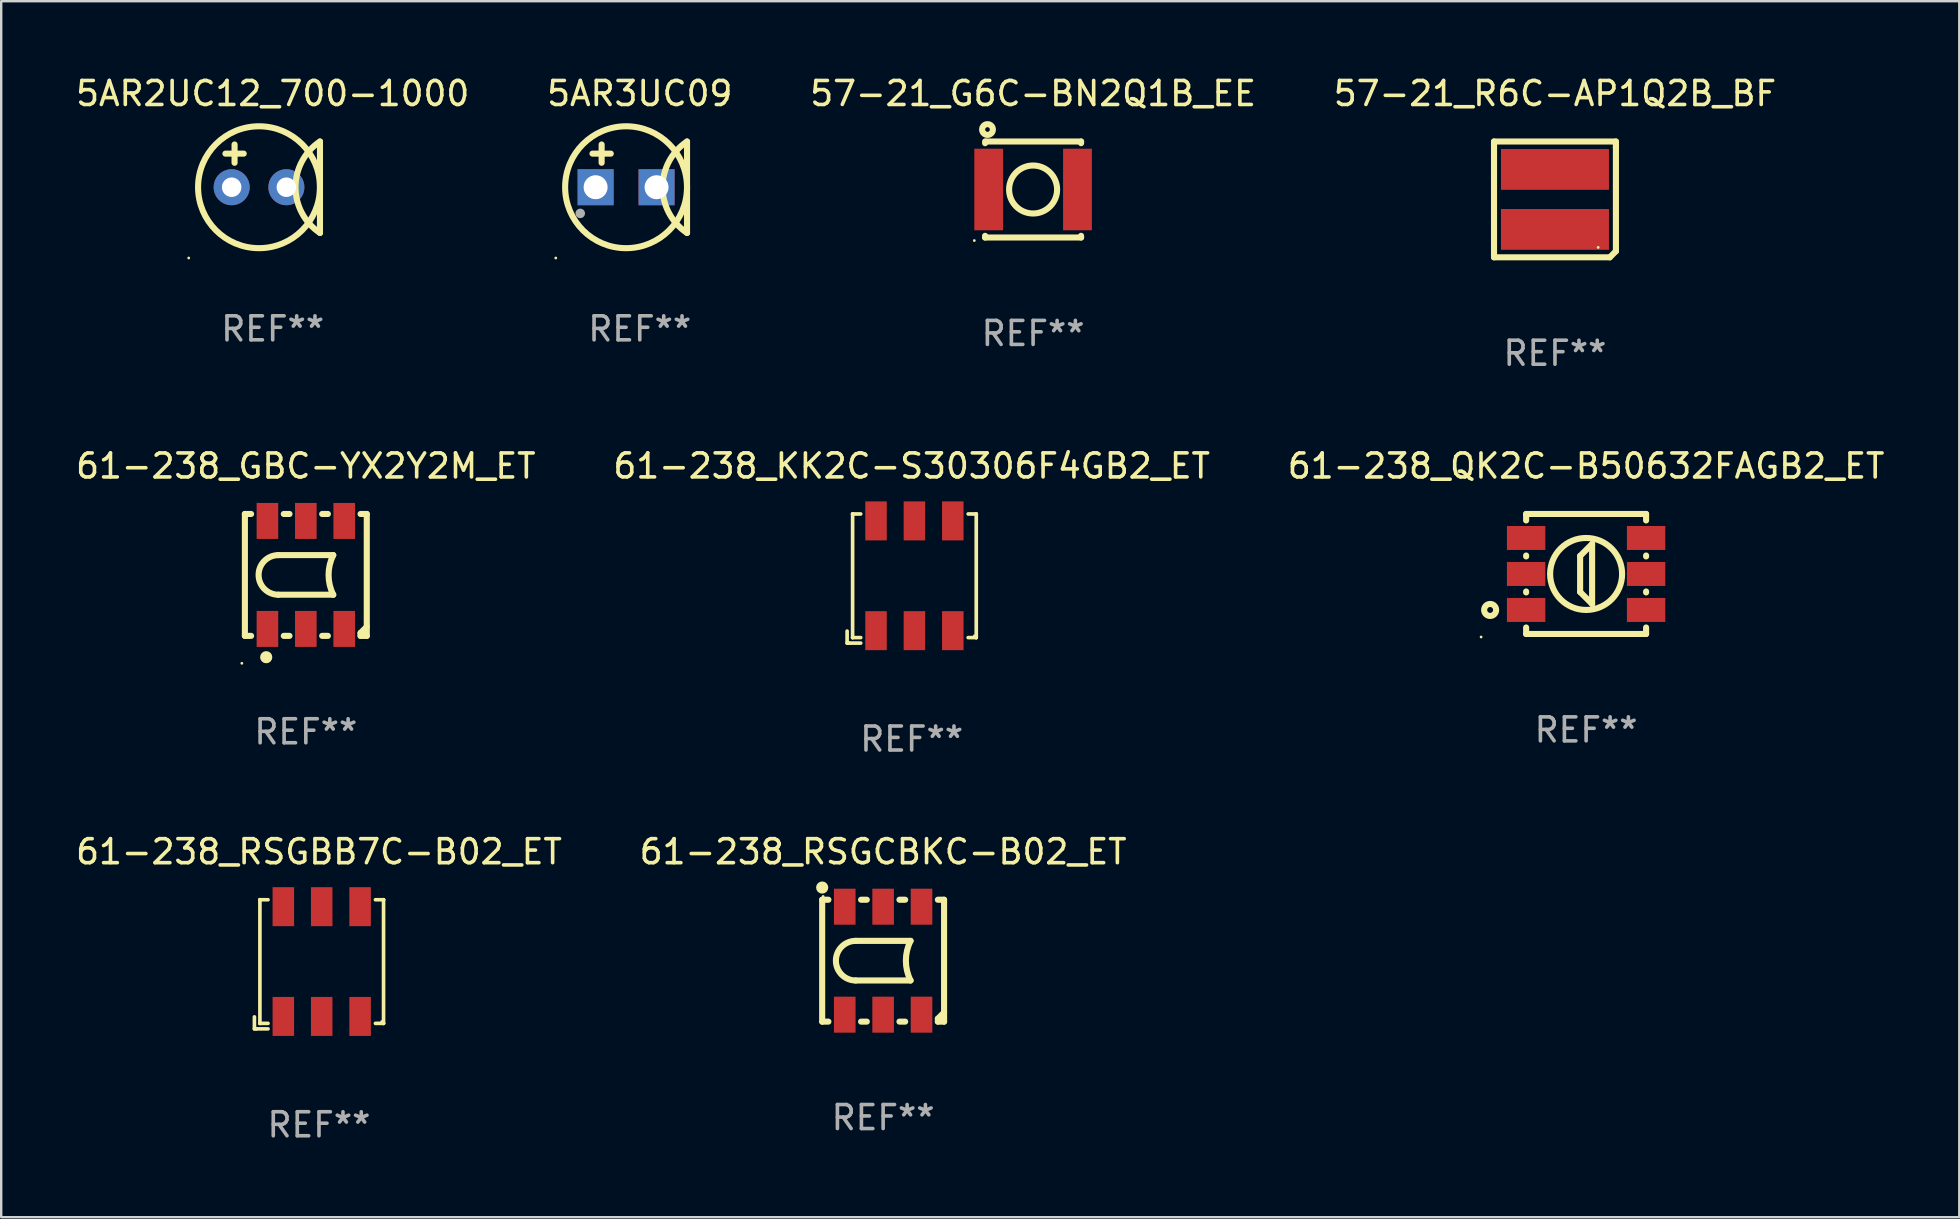
<source format=kicad_pcb>
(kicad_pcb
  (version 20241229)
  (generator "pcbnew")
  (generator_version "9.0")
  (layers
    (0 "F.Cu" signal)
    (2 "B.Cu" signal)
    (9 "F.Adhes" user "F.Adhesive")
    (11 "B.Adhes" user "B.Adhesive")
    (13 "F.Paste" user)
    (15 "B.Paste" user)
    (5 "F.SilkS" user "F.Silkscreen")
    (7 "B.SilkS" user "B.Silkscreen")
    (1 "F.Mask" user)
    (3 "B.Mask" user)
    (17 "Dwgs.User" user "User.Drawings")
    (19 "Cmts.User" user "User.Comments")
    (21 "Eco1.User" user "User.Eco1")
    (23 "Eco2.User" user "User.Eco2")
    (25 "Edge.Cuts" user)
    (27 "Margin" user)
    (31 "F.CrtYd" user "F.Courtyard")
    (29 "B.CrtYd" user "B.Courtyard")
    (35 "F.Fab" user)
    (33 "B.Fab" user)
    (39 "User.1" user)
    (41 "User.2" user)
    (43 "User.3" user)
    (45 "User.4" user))
  (footprint "5AR2UC12_700-1000"
    (layer "F.Cu")
    (at 8.315 4.753)
    (property "Reference" "5AR2UC12_700-1000" (at 0 -3.905 0) (layer "F.SilkS") (effects (font (size 1 1) (thickness 0.15))))
    (attr through_hole)
    (fp_line (start -1.97 -1.4) (end -1.208 -1.4) (stroke (width 0.254) (type solid)) (layer "F.SilkS"))
    (fp_line (start -1.589 -1.019) (end -1.589 -1.781) (stroke (width 0.254) (type solid)) (layer "F.SilkS"))
    (fp_line (start 1.97 1.905) (end 1.97 -1.905) (stroke (width 0.254) (type solid)) (layer "F.SilkS"))
    (fp_arc (start 1.970023 1.905) (mid 0.950501 0) (end 1.970023 -1.905) (stroke (width 0.254001) (type solid)) (layer "F.SilkS"))
    (fp_circle (center -3.5 2.95) (end -3.47 2.95) (stroke (width 0.06) (type solid)) (fill no) (layer "F.SilkS"))
    (fp_circle (center -0.57 0) (end 1.97 0) (stroke (width 0.254) (type solid)) (fill no) (layer "F.SilkS"))
    (fp_text user "REF**" (at 0 5.905 0) (layer "F.Fab") (effects (font (size 1 1) (thickness 0.15))))
    (pad "1" thru_hole circle (at -1.71 0) (size 1.5 1.5) (drill 0.813) (layers "*.Cu" "*.Mask"))
    (pad "2" thru_hole circle (at 0.57 0) (size 1.5 1.5) (drill 0.813) (layers "*.Cu" "*.Mask")))
  (footprint "61-238_KK2C-S30306F4GB2_ET"
    (layer "F.Cu")
    (at 34.946 21.061)
    (property "Reference" "61-238_KK2C-S30306F4GB2_ET" (at 0 -4.691 0) (layer "F.SilkS") (effects (font (size 1 1) (thickness 0.15))))
    (attr through_hole)
    (fp_line (start -2.691 2.691) (end -2.691 2.191) (stroke (width 0.152) (type solid)) (layer "F.SilkS"))
    (fp_line (start -2.614 2.691) (end -2.691 2.691) (stroke (width 0.152) (type solid)) (layer "F.SilkS"))
    (fp_line (start -2.462 -2.691) (end -2.462 -2.691) (stroke (width 0.152) (type solid)) (layer "F.SilkS"))
    (fp_line (start -2.462 -2.691) (end -2.124 -2.691) (stroke (width 0.152) (type solid)) (layer "F.SilkS"))
    (fp_line (start -2.462 2.462) (end -2.462 -2.691) (stroke (width 0.152) (type solid)) (layer "F.SilkS"))
    (fp_line (start -2.462 2.462) (end -2.462 2.462) (stroke (width 0.152) (type solid)) (layer "F.SilkS"))
    (fp_line (start -2.124 2.462) (end -2.462 2.462) (stroke (width 0.152) (type solid)) (layer "F.SilkS"))
    (fp_line (start -2.124 2.691) (end -2.614 2.691) (stroke (width 0.152) (type solid)) (layer "F.SilkS"))
    (fp_line (start 2.353 2.462) (end 2.691 2.462) (stroke (width 0.152) (type solid)) (layer "F.SilkS"))
    (fp_line (start 2.691 -2.691) (end 2.353 -2.691) (stroke (width 0.152) (type solid)) (layer "F.SilkS"))
    (fp_line (start 2.691 -2.691) (end 2.691 -2.691) (stroke (width 0.152) (type solid)) (layer "F.SilkS"))
    (fp_line (start 2.691 2.462) (end 2.691 -2.691) (stroke (width 0.152) (type solid)) (layer "F.SilkS"))
    (fp_line (start 2.691 2.462) (end 2.691 2.462) (stroke (width 0.152) (type solid)) (layer "F.SilkS"))
    (fp_circle (center 2.614 2.386) (end 2.644 2.386) (stroke (width 0.06) (type solid)) (fill no) (layer "F.SilkS"))
    (fp_text user "REF**" (at 0 6.691 0) (layer "F.Fab") (effects (font (size 1 1) (thickness 0.15))))
    (pad "1" smd rect (at 1.714 2.173) (size 0.896 1.625) (layers "F.Cu" "F.Mask" "F.Paste"))
    (pad "2" smd rect (at 0.114 2.173) (size 0.896 1.625) (layers "F.Cu" "F.Mask" "F.Paste"))
    (pad "3" smd rect (at -1.486 2.173) (size 0.896 1.625) (layers "F.Cu" "F.Mask" "F.Paste"))
    (pad "4" smd rect (at 1.714 -2.402) (size 0.896 1.625) (layers "F.Cu" "F.Mask" "F.Paste"))
    (pad "5" smd rect (at 0.114 -2.402) (size 0.896 1.625) (layers "F.Cu" "F.Mask" "F.Paste"))
    (pad "6" smd rect (at -1.486 -2.402) (size 0.896 1.625) (layers "F.Cu" "F.Mask" "F.Paste")))
  (footprint "61-238_RSGBB7C-B02_ET"
    (layer "F.Cu")
    (at 10.244 37.139)
    (property "Reference" "61-238_RSGBB7C-B02_ET" (at 0 -4.691 0) (layer "F.SilkS") (effects (font (size 1 1) (thickness 0.15))))
    (attr through_hole)
    (fp_line (start -2.691 2.691) (end -2.691 2.191) (stroke (width 0.152) (type solid)) (layer "F.SilkS"))
    (fp_line (start -2.614 2.691) (end -2.691 2.691) (stroke (width 0.152) (type solid)) (layer "F.SilkS"))
    (fp_line (start -2.462 -2.691) (end -2.462 -2.691) (stroke (width 0.152) (type solid)) (layer "F.SilkS"))
    (fp_line (start -2.462 -2.691) (end -2.124 -2.691) (stroke (width 0.152) (type solid)) (layer "F.SilkS"))
    (fp_line (start -2.462 2.462) (end -2.462 -2.691) (stroke (width 0.152) (type solid)) (layer "F.SilkS"))
    (fp_line (start -2.462 2.462) (end -2.462 2.462) (stroke (width 0.152) (type solid)) (layer "F.SilkS"))
    (fp_line (start -2.124 2.462) (end -2.462 2.462) (stroke (width 0.152) (type solid)) (layer "F.SilkS"))
    (fp_line (start -2.124 2.691) (end -2.614 2.691) (stroke (width 0.152) (type solid)) (layer "F.SilkS"))
    (fp_line (start 2.353 2.462) (end 2.691 2.462) (stroke (width 0.152) (type solid)) (layer "F.SilkS"))
    (fp_line (start 2.691 -2.691) (end 2.353 -2.691) (stroke (width 0.152) (type solid)) (layer "F.SilkS"))
    (fp_line (start 2.691 -2.691) (end 2.691 -2.691) (stroke (width 0.152) (type solid)) (layer "F.SilkS"))
    (fp_line (start 2.691 2.462) (end 2.691 -2.691) (stroke (width 0.152) (type solid)) (layer "F.SilkS"))
    (fp_line (start 2.691 2.462) (end 2.691 2.462) (stroke (width 0.152) (type solid)) (layer "F.SilkS"))
    (fp_circle (center 2.614 2.386) (end 2.644 2.386) (stroke (width 0.06) (type solid)) (fill no) (layer "F.SilkS"))
    (fp_text user "REF**" (at 0 6.691 0) (layer "F.Fab") (effects (font (size 1 1) (thickness 0.15))))
    (pad "1" smd rect (at 1.714 2.173) (size 0.896 1.625) (layers "F.Cu" "F.Mask" "F.Paste"))
    (pad "2" smd rect (at 0.114 2.173) (size 0.896 1.625) (layers "F.Cu" "F.Mask" "F.Paste"))
    (pad "3" smd rect (at -1.486 2.173) (size 0.896 1.625) (layers "F.Cu" "F.Mask" "F.Paste"))
    (pad "4" smd rect (at 1.714 -2.402) (size 0.896 1.625) (layers "F.Cu" "F.Mask" "F.Paste"))
    (pad "5" smd rect (at 0.114 -2.402) (size 0.896 1.625) (layers "F.Cu" "F.Mask" "F.Paste"))
    (pad "6" smd rect (at -1.486 -2.402) (size 0.896 1.625) (layers "F.Cu" "F.Mask" "F.Paste")))
  (footprint "61-238_QK2C-B50632FAGB2_ET"
    (layer "F.Cu")
    (at 63.054 20.871)
    (property "Reference" "61-238_QK2C-B50632FAGB2_ET" (at 0 -4.5 0) (layer "F.SilkS") (effects (font (size 1 1) (thickness 0.15))))
    (attr through_hole)
    (fp_line (start -2.5 -2.5) (end -2.5 -2.231) (stroke (width 0.254) (type solid)) (layer "F.SilkS"))
    (fp_line (start -2.5 -2.5) (end 2.5 -2.5) (stroke (width 0.254) (type solid)) (layer "F.SilkS"))
    (fp_line (start -2.5 -0.769) (end -2.5 -0.731) (stroke (width 0.254) (type solid)) (layer "F.SilkS"))
    (fp_line (start -2.5 0.731) (end -2.5 0.769) (stroke (width 0.254) (type solid)) (layer "F.SilkS"))
    (fp_line (start -2.5 2.231) (end -2.5 2.5) (stroke (width 0.254) (type solid)) (layer "F.SilkS"))
    (fp_line (start -0.25 -0.75) (end -0.25 0.75) (stroke (width 0.254) (type solid)) (layer "F.SilkS"))
    (fp_line (start -0.25 0.75) (end 0.25 1.25) (stroke (width 0.254) (type solid)) (layer "F.SilkS"))
    (fp_line (start 0.25 -1.25) (end -0.25 -0.75) (stroke (width 0.254) (type solid)) (layer "F.SilkS"))
    (fp_line (start 0.25 1.25) (end 0.25 -1.25) (stroke (width 0.254) (type solid)) (layer "F.SilkS"))
    (fp_line (start 2.5 -2.231) (end 2.5 -2.5) (stroke (width 0.254) (type solid)) (layer "F.SilkS"))
    (fp_line (start 2.5 -0.731) (end 2.5 -0.769) (stroke (width 0.254) (type solid)) (layer "F.SilkS"))
    (fp_line (start 2.5 0.769) (end 2.5 0.731) (stroke (width 0.254) (type solid)) (layer "F.SilkS"))
    (fp_line (start 2.5 2.5) (end -2.5 2.5) (stroke (width 0.254) (type solid)) (layer "F.SilkS"))
    (fp_line (start 2.5 2.5) (end 2.5 2.231) (stroke (width 0.254) (type solid)) (layer "F.SilkS"))
    (fp_circle (center -4.377 2.627) (end -4.347 2.627) (stroke (width 0.06) (type solid)) (fill no) (layer "F.SilkS"))
    (fp_circle (center -4 1.5) (end -3.75 1.5) (stroke (width 0.254) (type solid)) (fill no) (layer "F.SilkS"))
    (fp_circle (center -0.000127 -0.000127) (end 1.5 -0.000127) (stroke (width 0.254) (type solid)) (fill no) (layer "F.SilkS"))
    (fp_text user "REF**" (at 0 6.5 0) (layer "F.Fab") (effects (font (size 1 1) (thickness 0.15))))
    (pad "1" smd rect (at -2.5 1.5) (size 1.6 1) (layers "F.Cu" "F.Mask" "F.Paste"))
    (pad "2" smd rect (at -2.5 -0.000127) (size 1.6 1) (layers "F.Cu" "F.Mask" "F.Paste"))
    (pad "3" smd rect (at -2.5 -1.5) (size 1.6 1) (layers "F.Cu" "F.Mask" "F.Paste"))
    (pad "4" smd rect (at 2.5 1.5) (size 1.6 1) (layers "F.Cu" "F.Mask" "F.Paste"))
    (pad "5" smd rect (at 2.5 -0.000127) (size 1.6 1) (layers "F.Cu" "F.Mask" "F.Paste"))
    (pad "6" smd rect (at 2.5 -1.5) (size 1.6 1) (layers "F.Cu" "F.Mask" "F.Paste")))
  (footprint "57-21_G6C-BN2Q1B_EE"
    (layer "F.Cu")
    (at 40.006 4.848)
    (property "Reference" "57-21_G6C-BN2Q1B_EE" (at 0 -4 0) (layer "F.SilkS") (effects (font (size 1 1) (thickness 0.15))))
    (attr through_hole)
    (fp_line (start -2 -2) (end -2 -1.931) (stroke (width 0.254) (type solid)) (layer "F.SilkS"))
    (fp_line (start -2 1.931) (end -2 2) (stroke (width 0.254) (type solid)) (layer "F.SilkS"))
    (fp_line (start 2 -2) (end -1.961 -2) (stroke (width 0.254) (type solid)) (layer "F.SilkS"))
    (fp_line (start 2 -2) (end 2 -1.931) (stroke (width 0.254) (type solid)) (layer "F.SilkS"))
    (fp_line (start 2 1.931) (end 2 2) (stroke (width 0.254) (type solid)) (layer "F.SilkS"))
    (fp_line (start 2 2) (end -2 2) (stroke (width 0.254) (type solid)) (layer "F.SilkS"))
    (fp_circle (center -2.45 2.127) (end -2.42 2.127) (stroke (width 0.06) (type solid)) (fill no) (layer "F.SilkS"))
    (fp_circle (center -1.9 -2.5) (end -1.676 -2.5) (stroke (width 0.254) (type solid)) (fill no) (layer "F.SilkS"))
    (fp_circle (center 0 0) (end 1 0) (stroke (width 0.254) (type solid)) (fill no) (layer "F.SilkS"))
    (fp_text user "REF**" (at 0 6 0) (layer "F.Fab") (effects (font (size 1 1) (thickness 0.15))))
    (pad "1" smd rect (at -1.85 0 90) (size 3.4 1.2) (layers "F.Cu" "F.Mask" "F.Paste"))
    (pad "2" smd rect (at 1.85 0 90) (size 3.4 1.2) (layers "F.Cu" "F.Mask" "F.Paste")))
  (footprint "61-238_RSGCBKC-B02_ET"
    (layer "F.Cu")
    (at 33.756 36.988)
    (property "Reference" "61-238_RSGCBKC-B02_ET" (at 0 -4.54 0) (layer "F.SilkS") (effects (font (size 1 1) (thickness 0.15))))
    (attr through_hole)
    (fp_line (start -2.54 -2.54) (end -2.281 -2.54) (stroke (width 0.254) (type solid)) (layer "F.SilkS"))
    (fp_line (start -2.54 2.54) (end -2.54 -2.54) (stroke (width 0.254) (type solid)) (layer "F.SilkS"))
    (fp_line (start -2.281 2.54) (end -2.54 2.54) (stroke (width 0.254) (type solid)) (layer "F.SilkS"))
    (fp_line (start -1.143 -0.826) (end 1.143 -0.826) (stroke (width 0.254) (type solid)) (layer "F.SilkS"))
    (fp_line (start -1.143 0.825) (end 1.143 0.825) (stroke (width 0.254) (type solid)) (layer "F.SilkS"))
    (fp_line (start -0.919 -2.54) (end -0.681 -2.54) (stroke (width 0.254) (type solid)) (layer "F.SilkS"))
    (fp_line (start -0.681 2.54) (end -0.919 2.54) (stroke (width 0.254) (type solid)) (layer "F.SilkS"))
    (fp_line (start 0.681 -2.54) (end 0.919 -2.54) (stroke (width 0.254) (type solid)) (layer "F.SilkS"))
    (fp_line (start 0.919 2.54) (end 0.681 2.54) (stroke (width 0.254) (type solid)) (layer "F.SilkS"))
    (fp_line (start 2.281 -2.54) (end 2.54 -2.54) (stroke (width 0.254) (type solid)) (layer "F.SilkS"))
    (fp_line (start 2.281 2.418) (end 2.54 2.159) (stroke (width 0.254) (type solid)) (layer "F.SilkS"))
    (fp_line (start 2.281 2.54) (end 2.281 2.418) (stroke (width 0.254) (type solid)) (layer "F.SilkS"))
    (fp_line (start 2.54 -2.54) (end 2.54 2.54) (stroke (width 0.254) (type solid)) (layer "F.SilkS"))
    (fp_line (start 2.54 2.54) (end 2.281 2.54) (stroke (width 0.254) (type solid)) (layer "F.SilkS"))
    (fp_arc (start -1.143002 0.8254) (mid -1.968402 0) (end -1.143002 -0.8254) (stroke (width 0.254001) (type solid)) (layer "F.SilkS"))
    (fp_arc (start 1.143002 0.825604) (mid 0.948103 0) (end 1.143002 -0.825603) (stroke (width 0.254001) (type solid)) (layer "F.SilkS"))
    (fp_circle (center -2.54 -3.048) (end -2.413 -3.048) (stroke (width 0.254) (type solid)) (fill no) (layer "F.SilkS"))
    (fp_circle (center -2.5 -2.677) (end -2.47 -2.677) (stroke (width 0.06) (type solid)) (fill no) (layer "F.SilkS"))
    (fp_text user "REF**" (at 0 6.54 0) (layer "F.Fab") (effects (font (size 1 1) (thickness 0.15))))
    (pad "1" smd rect (at -1.6 -2.25 90) (size 1.5 0.9) (layers "F.Cu" "F.Mask" "F.Paste"))
    (pad "2" smd rect (at 0 -2.25 90) (size 1.5 0.9) (layers "F.Cu" "F.Mask" "F.Paste"))
    (pad "3" smd rect (at 1.6 -2.25 90) (size 1.5 0.9) (layers "F.Cu" "F.Mask" "F.Paste"))
    (pad "4" smd rect (at -1.6 2.25 90) (size 1.5 0.9) (layers "F.Cu" "F.Mask" "F.Paste"))
    (pad "5" smd rect (at 0 2.25 90) (size 1.5 0.9) (layers "F.Cu" "F.Mask" "F.Paste"))
    (pad "6" smd rect (at 1.6 2.25 90) (size 1.5 0.9) (layers "F.Cu" "F.Mask" "F.Paste")))
  (footprint "5AR3UC09"
    (layer "F.Cu")
    (at 23.613 4.753)
    (property "Reference" "5AR3UC09" (at 0 -3.905 0) (layer "F.SilkS") (effects (font (size 1 1) (thickness 0.15))))
    (attr through_hole)
    (fp_line (start -1.97 -1.4) (end -1.208 -1.4) (stroke (width 0.254) (type solid)) (layer "F.SilkS"))
    (fp_line (start -1.589 -1.019) (end -1.589 -1.781) (stroke (width 0.254) (type solid)) (layer "F.SilkS"))
    (fp_line (start 1.97 1.905) (end 1.97 -1.905) (stroke (width 0.254) (type solid)) (layer "F.SilkS"))
    (fp_arc (start 1.970023 1.905) (mid 0.950501 0) (end 1.970023 -1.905) (stroke (width 0.254001) (type solid)) (layer "F.SilkS"))
    (fp_circle (center -3.5 2.95) (end -3.47 2.95) (stroke (width 0.06) (type solid)) (fill no) (layer "F.SilkS"))
    (fp_circle (center -0.57 0) (end 1.97 0) (stroke (width 0.254) (type solid)) (fill no) (layer "F.SilkS"))
    (fp_circle (center -2.48 1.09) (end -2.38 1.09) (stroke (width 0.2) (type solid)) (fill no) (layer "F.Fab"))
    (fp_text user "REF**" (at 0 5.905 0) (layer "F.Fab") (effects (font (size 1 1) (thickness 0.15))))
    (pad "1" thru_hole rect (at -1.84 0) (size 1.5 1.5) (drill 1) (layers "*.Cu" "*.Mask"))
    (pad "2" thru_hole rect (at 0.7 0) (size 1.5 1.5) (drill 1) (layers "*.Cu" "*.Mask")))
  (footprint "57-21_R6C-AP1Q2B_BF"
    (layer "F.Cu")
    (at 61.756 5.261)
    (property "Reference" "57-21_R6C-AP1Q2B_BF" (at 0 -4.413 0) (layer "F.SilkS") (effects (font (size 1 1) (thickness 0.15))))
    (attr through_hole)
    (fp_line (start -2.54 -2.413) (end -2.54 -2.286) (stroke (width 0.254) (type solid)) (layer "F.SilkS"))
    (fp_line (start -2.54 2.413) (end -2.54 -2.286) (stroke (width 0.254) (type solid)) (layer "F.SilkS"))
    (fp_line (start 2.286 2.413) (end -2.54 2.413) (stroke (width 0.254) (type solid)) (layer "F.SilkS"))
    (fp_line (start 2.54 -2.413) (end -2.54 -2.413) (stroke (width 0.254) (type solid)) (layer "F.SilkS"))
    (fp_line (start 2.54 -2.286) (end 2.54 -2.413) (stroke (width 0.254) (type solid)) (layer "F.SilkS"))
    (fp_line (start 2.54 -2.159) (end 2.54 -2.286) (stroke (width 0.254) (type solid)) (layer "F.SilkS"))
    (fp_line (start 2.54 2.159) (end 2.286 2.413) (stroke (width 0.254) (type solid)) (layer "F.SilkS"))
    (fp_line (start 2.54 2.159) (end 2.54 -2.159) (stroke (width 0.254) (type solid)) (layer "F.SilkS"))
    (fp_circle (center 1.8 2) (end 1.83 2) (stroke (width 0.06) (type solid)) (fill no) (layer "F.SilkS"))
    (fp_text user "REF**" (at 0 6.413 0) (layer "F.Fab") (effects (font (size 1 1) (thickness 0.15))))
    (pad "1" smd rect (at -0.000102 1.25 90) (size 1.7 4.5) (layers "F.Cu" "F.Mask" "F.Paste"))
    (pad "2" smd rect (at -0.000102 -1.25 90) (size 1.7 4.5) (layers "F.Cu" "F.Mask" "F.Paste")))
  (footprint "61-238_GBC-YX2Y2M_ET"
    (layer "F.Cu")
    (at 9.696 20.911)
    (property "Reference" "61-238_GBC-YX2Y2M_ET" (at 0 -4.54 0) (layer "F.SilkS") (effects (font (size 1 1) (thickness 0.15))))
    (attr through_hole)
    (fp_line (start -2.54 -2.54) (end -2.281 -2.54) (stroke (width 0.254) (type solid)) (layer "F.SilkS"))
    (fp_line (start -2.54 2.54) (end -2.54 -2.54) (stroke (width 0.254) (type solid)) (layer "F.SilkS"))
    (fp_line (start -2.281 2.54) (end -2.54 2.54) (stroke (width 0.254) (type solid)) (layer "F.SilkS"))
    (fp_line (start -1.143 -0.826) (end 1.143 -0.826) (stroke (width 0.254) (type solid)) (layer "F.SilkS"))
    (fp_line (start -1.143 0.825) (end 1.143 0.825) (stroke (width 0.254) (type solid)) (layer "F.SilkS"))
    (fp_line (start -0.919 -2.54) (end -0.681 -2.54) (stroke (width 0.254) (type solid)) (layer "F.SilkS"))
    (fp_line (start -0.681 2.54) (end -0.919 2.54) (stroke (width 0.254) (type solid)) (layer "F.SilkS"))
    (fp_line (start 0.681 -2.54) (end 0.919 -2.54) (stroke (width 0.254) (type solid)) (layer "F.SilkS"))
    (fp_line (start 0.919 2.54) (end 0.681 2.54) (stroke (width 0.254) (type solid)) (layer "F.SilkS"))
    (fp_line (start 2.281 -2.54) (end 2.54 -2.54) (stroke (width 0.254) (type solid)) (layer "F.SilkS"))
    (fp_line (start 2.281 2.418) (end 2.54 2.159) (stroke (width 0.254) (type solid)) (layer "F.SilkS"))
    (fp_line (start 2.281 2.54) (end 2.281 2.418) (stroke (width 0.254) (type solid)) (layer "F.SilkS"))
    (fp_line (start 2.54 -2.54) (end 2.54 2.54) (stroke (width 0.254) (type solid)) (layer "F.SilkS"))
    (fp_line (start 2.54 2.54) (end 2.281 2.54) (stroke (width 0.254) (type solid)) (layer "F.SilkS"))
    (fp_arc (start -1.143002 0.8254) (mid -1.968402 0) (end -1.143002 -0.8254) (stroke (width 0.254001) (type solid)) (layer "F.SilkS"))
    (fp_arc (start 1.143002 0.825604) (mid 0.948103 0) (end 1.143002 -0.825603) (stroke (width 0.254001) (type solid)) (layer "F.SilkS"))
    (fp_circle (center -2.667 3.683) (end -2.637 3.683) (stroke (width 0.06) (type solid)) (fill no) (layer "F.SilkS"))
    (fp_circle (center -1.651 3.429) (end -1.524 3.429) (stroke (width 0.254) (type solid)) (fill no) (layer "F.SilkS"))
    (fp_text user "REF**" (at 0 6.54 0) (layer "F.Fab") (effects (font (size 1 1) (thickness 0.15))))
    (pad "1" smd rect (at -1.6 2.25 90) (size 1.5 0.9) (layers "F.Cu" "F.Mask" "F.Paste"))
    (pad "2" smd rect (at 0 2.25 90) (size 1.5 0.9) (layers "F.Cu" "F.Mask" "F.Paste"))
    (pad "3" smd rect (at 1.6 2.25 90) (size 1.5 0.9) (layers "F.Cu" "F.Mask" "F.Paste"))
    (pad "4" smd rect (at -1.6 -2.25 90) (size 1.5 0.9) (layers "F.Cu" "F.Mask" "F.Paste"))
    (pad "5" smd rect (at 0 -2.25 90) (size 1.5 0.9) (layers "F.Cu" "F.Mask" "F.Paste"))
    (pad "6" smd rect (at 1.6 -2.25 90) (size 1.5 0.9) (layers "F.Cu" "F.Mask" "F.Paste")))
  (gr_rect
    (start -3 -3)
    (end 78.607 47.678)
    (stroke (width 0.1) (type default))
    (fill no)
    (layer "Edge.Cuts")))
</source>
